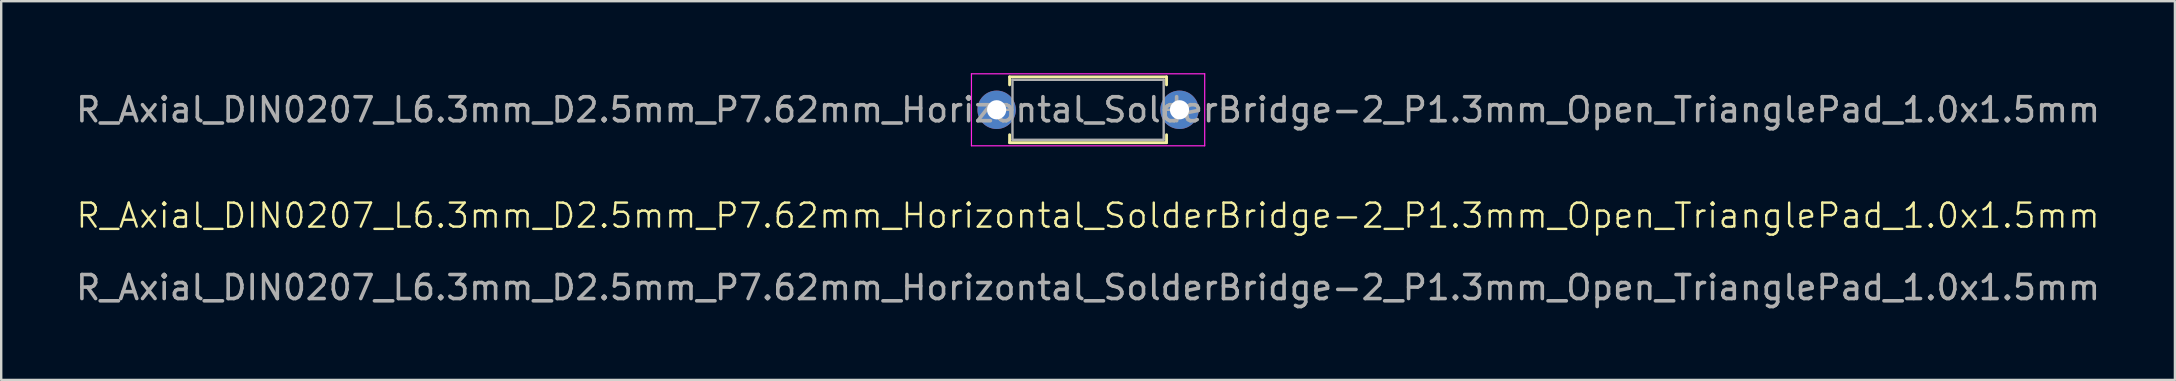
<source format=kicad_pcb>
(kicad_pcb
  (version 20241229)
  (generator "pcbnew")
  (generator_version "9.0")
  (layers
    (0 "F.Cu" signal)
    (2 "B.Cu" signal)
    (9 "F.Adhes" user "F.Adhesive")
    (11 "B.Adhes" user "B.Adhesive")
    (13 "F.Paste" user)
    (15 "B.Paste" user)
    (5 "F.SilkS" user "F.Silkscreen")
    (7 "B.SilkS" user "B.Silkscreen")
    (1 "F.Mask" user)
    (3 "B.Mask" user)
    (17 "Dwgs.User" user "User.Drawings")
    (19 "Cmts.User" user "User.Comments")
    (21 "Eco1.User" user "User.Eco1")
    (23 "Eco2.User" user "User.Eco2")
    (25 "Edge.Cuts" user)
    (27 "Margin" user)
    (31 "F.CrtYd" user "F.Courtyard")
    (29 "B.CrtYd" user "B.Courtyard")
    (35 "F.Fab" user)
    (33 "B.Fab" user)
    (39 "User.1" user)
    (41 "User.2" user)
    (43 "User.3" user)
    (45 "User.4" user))
  (footprint "R_Axial_DIN0207_L6.3mm_D2.5mm_P7.62mm_Horizontal_SolderBridge-2_P1.3mm_Open_TrianglePad_1.0x1.5mm"
    (layer "F.Cu")
    (at 42.292 6.435)
    (property "Reference" "R_Axial_DIN0207_L6.3mm_D2.5mm_P7.62mm_Horizontal_SolderBridge-2_P1.3mm_Open_TrianglePad_1.0x1.5mm" (at 0 -0.5 0) (unlocked yes) (layer "F.SilkS") (effects (font (size 1 1) (thickness 0.1))))
    (attr through_hole)
    (fp_line (start -3.27 -6.28) (end 3.27 -6.28) (stroke (width 0.12) (type solid)) (layer "F.SilkS"))
    (fp_line (start -3.27 -5.95) (end -3.27 -6.28) (stroke (width 0.12) (type solid)) (layer "F.SilkS"))
    (fp_line (start -3.27 -3.87) (end -3.27 -3.54) (stroke (width 0.12) (type solid)) (layer "F.SilkS"))
    (fp_line (start -3.27 -3.54) (end 3.27 -3.54) (stroke (width 0.12) (type solid)) (layer "F.SilkS"))
    (fp_line (start 3.27 -6.28) (end 3.27 -5.95) (stroke (width 0.12) (type solid)) (layer "F.SilkS"))
    (fp_line (start 3.27 -3.54) (end 3.27 -3.87) (stroke (width 0.12) (type solid)) (layer "F.SilkS"))
    (fp_line (start -4.86 -6.41) (end -4.86 -3.41) (stroke (width 0.05) (type solid)) (layer "F.CrtYd"))
    (fp_line (start -4.86 -3.41) (end 4.86 -3.41) (stroke (width 0.05) (type solid)) (layer "F.CrtYd"))
    (fp_line (start 4.86 -6.41) (end -4.86 -6.41) (stroke (width 0.05) (type solid)) (layer "F.CrtYd"))
    (fp_line (start 4.86 -3.41) (end 4.86 -6.41) (stroke (width 0.05) (type solid)) (layer "F.CrtYd"))
    (fp_line (start -3.81 -4.91) (end -3.15 -4.91) (stroke (width 0.1) (type solid)) (layer "F.Fab"))
    (fp_line (start -3.15 -6.16) (end -3.15 -3.66) (stroke (width 0.1) (type solid)) (layer "F.Fab"))
    (fp_line (start -3.15 -3.66) (end 3.15 -3.66) (stroke (width 0.1) (type solid)) (layer "F.Fab"))
    (fp_line (start 3.15 -6.16) (end -3.15 -6.16) (stroke (width 0.1) (type solid)) (layer "F.Fab"))
    (fp_line (start 3.15 -3.66) (end 3.15 -6.16) (stroke (width 0.1) (type solid)) (layer "F.Fab"))
    (fp_line (start 3.81 -4.91) (end 3.15 -4.91) (stroke (width 0.1) (type solid)) (layer "F.Fab"))
    (fp_text user "${REFERENCE}" (at 0 2.5 0) (unlocked yes) (layer "F.Fab") (effects (font (size 1 1) (thickness 0.15))))
    (fp_text user "${REFERENCE}" (at 0 -4.91 0) (layer "F.Fab") (effects (font (size 1 1) (thickness 0.15))))
    (pad "1" thru_hole circle (at -3.81 -4.91) (size 1.6 1.6) (drill 0.8) (layers "*.Cu" "*.Mask"))
    (pad "2" thru_hole oval (at 3.81 -4.91) (size 1.6 1.6) (drill 0.8) (layers "*.Cu" "*.Mask")))
  (gr_rect
    (start -3 -3)
    (end 87.583 12.783)
    (stroke (width 0.1) (type default))
    (fill no)
    (layer "Edge.Cuts")))
</source>
